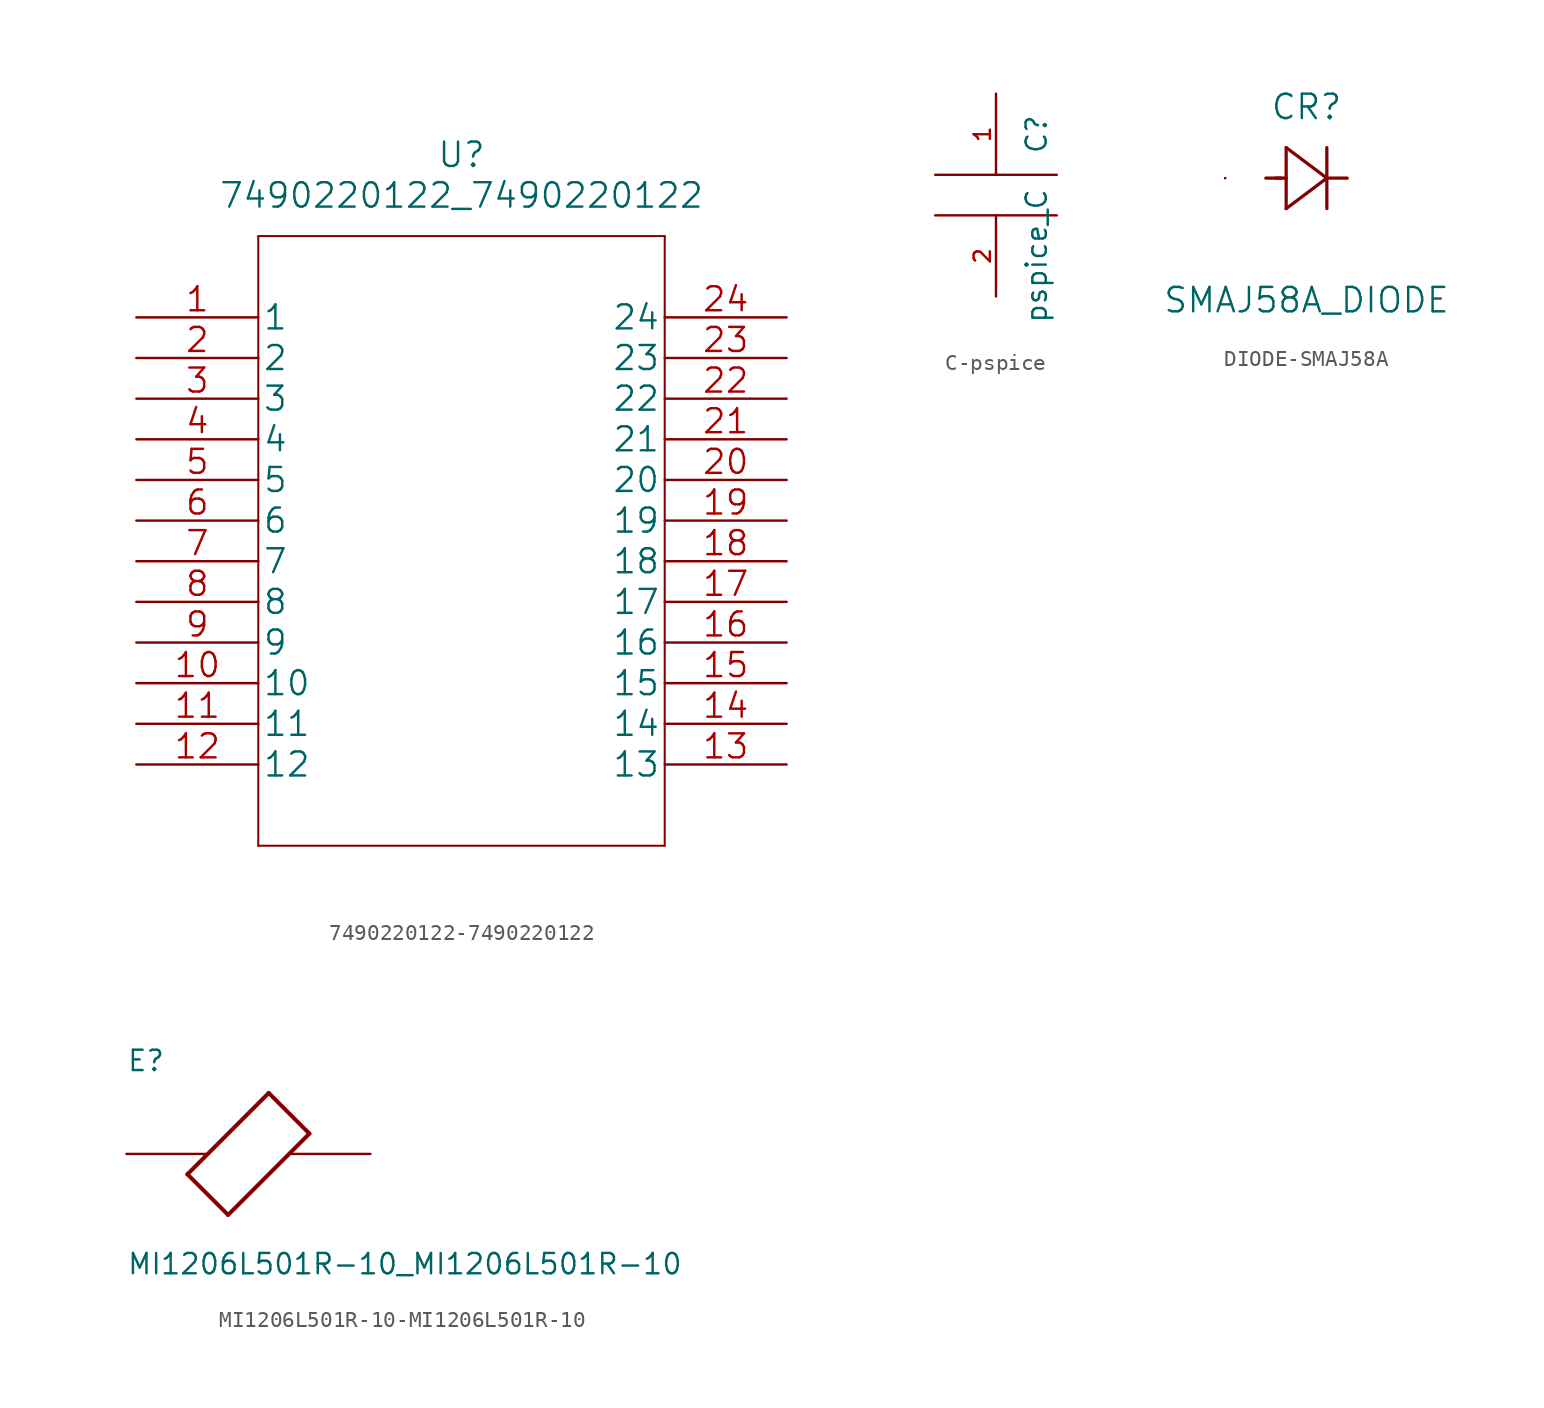
<source format=kicad_sym>
(kicad_symbol_lib
  (version 20231120)
  (generator "kicad_symbol_editor")
  (generator_version "8.0")
  (symbol "7490220122-7490220122"
    (pin_names
      (offset 0.254))
    (property "Reference" "U"
      (at 20.32 10.16 0)
      (effects (font (size 1.524 1.524))))
    (property "Value" "7490220122_7490220122"
      (at 20.32 7.62 0)
      (effects (font (size 1.524 1.524))))
    (property "Datasheet" ""
      (at 0 0 0)
      (effects (font (size 1.524 1.524))))
    (symbol "7490220122-7490220122_1_1"
      (polyline (pts (xy 7.62 -33.02) (xy 33.02 -33.02)) (stroke (width 0.127) (type solid)) (fill (type none)))
      (polyline (pts (xy 7.62 5.08) (xy 7.62 -33.02)) (stroke (width 0.127) (type solid)) (fill (type none)))
      (polyline (pts (xy 33.02 -33.02) (xy 33.02 5.08)) (stroke (width 0.127) (type solid)) (fill (type none)))
      (polyline (pts (xy 33.02 5.08) (xy 7.62 5.08)) (stroke (width 0.127) (type solid)) (fill (type none)))
      (pin unspecified line (at 0 0 0) (length 7.62) (name "1" (effects (font (size 1.499 1.499)))) (number "1" (effects (font (size 1.499 1.499)))))
      (pin unspecified line (at 0 -22.86 0) (length 7.62) (name "10" (effects (font (size 1.499 1.499)))) (number "10" (effects (font (size 1.499 1.499)))))
      (pin unspecified line (at 0 -25.4 0) (length 7.62) (name "11" (effects (font (size 1.499 1.499)))) (number "11" (effects (font (size 1.499 1.499)))))
      (pin unspecified line (at 0 -27.94 0) (length 7.62) (name "12" (effects (font (size 1.499 1.499)))) (number "12" (effects (font (size 1.499 1.499)))))
      (pin unspecified line (at 40.64 -27.94 180) (length 7.62) (name "13" (effects (font (size 1.499 1.499)))) (number "13" (effects (font (size 1.499 1.499)))))
      (pin unspecified line (at 40.64 -25.4 180) (length 7.62) (name "14" (effects (font (size 1.499 1.499)))) (number "14" (effects (font (size 1.499 1.499)))))
      (pin unspecified line (at 40.64 -22.86 180) (length 7.62) (name "15" (effects (font (size 1.499 1.499)))) (number "15" (effects (font (size 1.499 1.499)))))
      (pin unspecified line (at 40.64 -20.32 180) (length 7.62) (name "16" (effects (font (size 1.499 1.499)))) (number "16" (effects (font (size 1.499 1.499)))))
      (pin unspecified line (at 40.64 -17.78 180) (length 7.62) (name "17" (effects (font (size 1.499 1.499)))) (number "17" (effects (font (size 1.499 1.499)))))
      (pin unspecified line (at 40.64 -15.24 180) (length 7.62) (name "18" (effects (font (size 1.499 1.499)))) (number "18" (effects (font (size 1.499 1.499)))))
      (pin unspecified line (at 40.64 -12.7 180) (length 7.62) (name "19" (effects (font (size 1.499 1.499)))) (number "19" (effects (font (size 1.499 1.499)))))
      (pin unspecified line (at 0 -2.54 0) (length 7.62) (name "2" (effects (font (size 1.499 1.499)))) (number "2" (effects (font (size 1.499 1.499)))))
      (pin unspecified line (at 40.64 -10.16 180) (length 7.62) (name "20" (effects (font (size 1.499 1.499)))) (number "20" (effects (font (size 1.499 1.499)))))
      (pin unspecified line (at 40.64 -7.62 180) (length 7.62) (name "21" (effects (font (size 1.499 1.499)))) (number "21" (effects (font (size 1.499 1.499)))))
      (pin unspecified line (at 40.64 -5.08 180) (length 7.62) (name "22" (effects (font (size 1.499 1.499)))) (number "22" (effects (font (size 1.499 1.499)))))
      (pin unspecified line (at 40.64 -2.54 180) (length 7.62) (name "23" (effects (font (size 1.499 1.499)))) (number "23" (effects (font (size 1.499 1.499)))))
      (pin unspecified line (at 40.64 0 180) (length 7.62) (name "24" (effects (font (size 1.499 1.499)))) (number "24" (effects (font (size 1.499 1.499)))))
      (pin unspecified line (at 0 -5.08 0) (length 7.62) (name "3" (effects (font (size 1.499 1.499)))) (number "3" (effects (font (size 1.499 1.499)))))
      (pin unspecified line (at 0 -7.62 0) (length 7.62) (name "4" (effects (font (size 1.499 1.499)))) (number "4" (effects (font (size 1.499 1.499)))))
      (pin unspecified line (at 0 -10.16 0) (length 7.62) (name "5" (effects (font (size 1.499 1.499)))) (number "5" (effects (font (size 1.499 1.499)))))
      (pin unspecified line (at 0 -12.7 0) (length 7.62) (name "6" (effects (font (size 1.499 1.499)))) (number "6" (effects (font (size 1.499 1.499)))))
      (pin unspecified line (at 0 -15.24 0) (length 7.62) (name "7" (effects (font (size 1.499 1.499)))) (number "7" (effects (font (size 1.499 1.499)))))
      (pin unspecified line (at 0 -17.78 0) (length 7.62) (name "8" (effects (font (size 1.499 1.499)))) (number "8" (effects (font (size 1.499 1.499)))))
      (pin unspecified line (at 0 -20.32 0) (length 7.62) (name "9" (effects (font (size 1.499 1.499)))) (number "9" (effects (font (size 1.499 1.499)))))))
  (symbol "C-pspice"
    (pin_names
      (offset 0.254))
    (property "Reference" "C"
      (at 2.54 3.81 90)
      (effects (font (size 1.27 1.27))))
    (property "Value" "pspice_C"
      (at 2.54 -3.81 90)
      (effects (font (size 1.27 1.27))))
    (symbol "C-pspice_0_1"
      (polyline (pts (xy -3.81 -1.27) (xy 3.81 -1.27)) (stroke (width 0) (type solid)) (fill (type none)))
      (polyline (pts (xy -3.81 1.27) (xy 3.81 1.27)) (stroke (width 0) (type solid)) (fill (type none))))
    (symbol "C-pspice_1_1"
      (pin passive line (at 0 6.35 270) (length 5.08) (name "~" (effects (font (size 1.016 1.016)))) (number "1" (effects (font (size 1.016 1.016)))))
      (pin passive line (at 0 -6.35 90) (length 5.08) (name "~" (effects (font (size 1.016 1.016)))) (number "2" (effects (font (size 1.016 1.016)))))))
  (symbol "DIODE-SMAJ58A"
    (pin_numbers hide)
    (pin_names
      (offset -1.651) hide)
    (property "Reference" "CR"
      (at 5.08 4.445 0)
      (effects (font (size 1.524 1.524))))
    (property "Value" "SMAJ58A_DIODE"
      (at 5.08 -7.62 0)
      (effects (font (size 1.524 1.524))))
    (property "Datasheet" ""
      (at 0 0 0)
      (effects (font (size 1.524 1.524))))
    (symbol "DIODE-SMAJ58A_1_1"
      (polyline (pts (xy 2.54 0) (xy 3.48 0)) (stroke (width 0.203) (type solid)) (fill (type none)))
      (polyline (pts (xy 3.175 0) (xy 3.81 0)) (stroke (width 0.203) (type solid)) (fill (type none)))
      (polyline (pts (xy 3.81 -1.905) (xy 6.35 0)) (stroke (width 0.203) (type solid)) (fill (type none)))
      (polyline (pts (xy 3.81 1.905) (xy 3.81 -1.905)) (stroke (width 0.203) (type solid)) (fill (type none)))
      (polyline (pts (xy 6.35 -1.905) (xy 6.35 1.905)) (stroke (width 0.203) (type solid)) (fill (type none)))
      (polyline (pts (xy 6.35 0) (xy 3.81 1.905)) (stroke (width 0.203) (type solid)) (fill (type none)))
      (polyline (pts (xy 6.35 0) (xy 7.62 0)) (stroke (width 0.203) (type solid)) (fill (type none)))
      (pin unspecified line (at 0 0 180) (length 0) (name "~" (effects (font (size 1.499 1.499)))) (number "1" (effects (font (size 1.499 1.499)))))
      (pin unspecified line (at 0 0 180) (length 0) (name "~" (effects (font (size 1.499 1.499)))) (number "2" (effects (font (size 1.499 1.499)))))))
  (symbol "MI1206L501R-10-MI1206L501R-10"
    (pin_numbers hide)
    (pin_names
      (offset 1.016) hide)
    (property "Reference" "E"
      (at -7.62 5.08 0)
      (effects (font (size 1.27 1.27)) (justify left bottom)))
    (property "Value" "MI1206L501R-10_MI1206L501R-10"
      (at -7.62 -7.62 0)
      (effects (font (size 1.27 1.27)) (justify left bottom)))
    (property "ki_locked" ""
      (at 0 0 0)
      (effects (font (size 1.27 1.27))))
    (symbol "MI1206L501R-10-MI1206L501R-10_0_0"
      (polyline (pts (xy -3.81 -1.27) (xy -1.27 -3.81)) (stroke (width 0.254) (type solid)) (fill (type none)))
      (polyline (pts (xy -1.27 -3.81) (xy 3.81 1.27)) (stroke (width 0.254) (type solid)) (fill (type none)))
      (polyline (pts (xy 1.27 3.81) (xy -3.81 -1.27)) (stroke (width 0.254) (type solid)) (fill (type none)))
      (polyline (pts (xy 3.81 1.27) (xy 1.27 3.81)) (stroke (width 0.254) (type solid)) (fill (type none)))
      (pin passive line (at -7.62 0 0) (length 5.08) (name "~" (effects (font (size 1.016 1.016)))) (number "1" (effects (font (size 1.016 1.016)))))
      (pin passive line (at 7.62 0 180) (length 5.08) (name "~" (effects (font (size 1.016 1.016)))) (number "2" (effects (font (size 1.016 1.016))))))))
</source>
